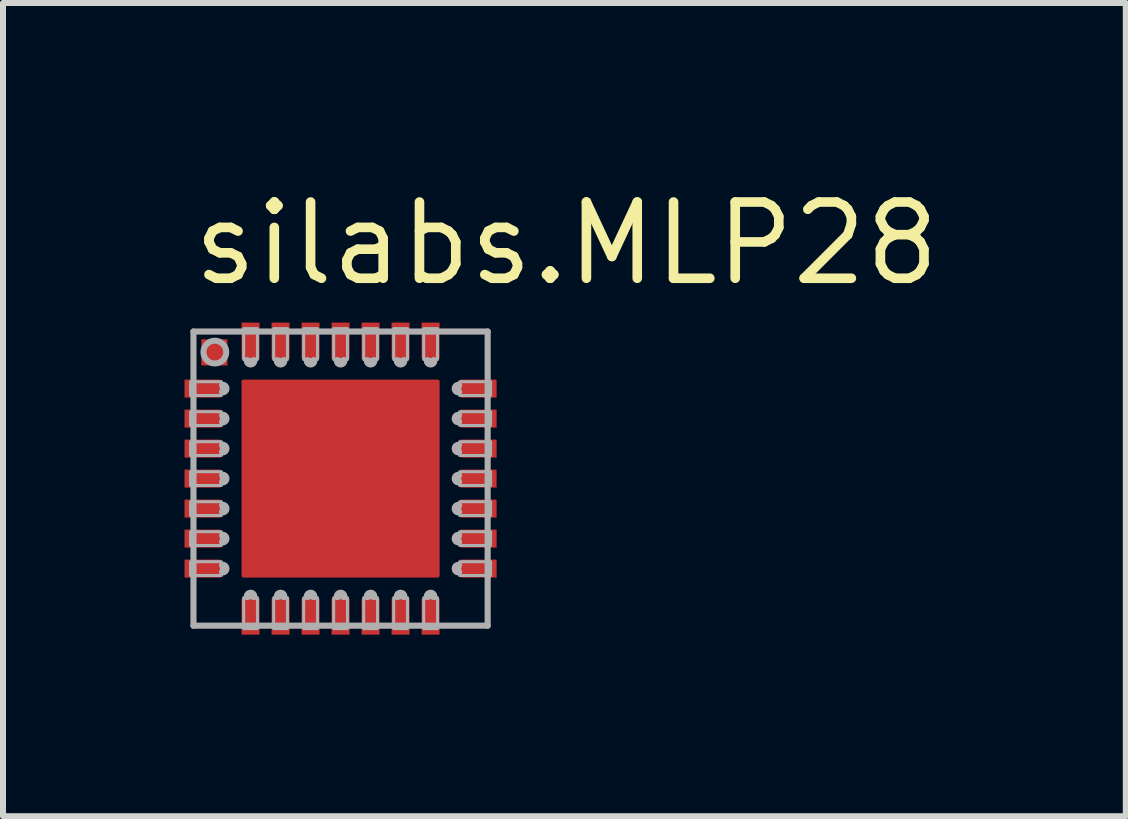
<source format=kicad_pcb>
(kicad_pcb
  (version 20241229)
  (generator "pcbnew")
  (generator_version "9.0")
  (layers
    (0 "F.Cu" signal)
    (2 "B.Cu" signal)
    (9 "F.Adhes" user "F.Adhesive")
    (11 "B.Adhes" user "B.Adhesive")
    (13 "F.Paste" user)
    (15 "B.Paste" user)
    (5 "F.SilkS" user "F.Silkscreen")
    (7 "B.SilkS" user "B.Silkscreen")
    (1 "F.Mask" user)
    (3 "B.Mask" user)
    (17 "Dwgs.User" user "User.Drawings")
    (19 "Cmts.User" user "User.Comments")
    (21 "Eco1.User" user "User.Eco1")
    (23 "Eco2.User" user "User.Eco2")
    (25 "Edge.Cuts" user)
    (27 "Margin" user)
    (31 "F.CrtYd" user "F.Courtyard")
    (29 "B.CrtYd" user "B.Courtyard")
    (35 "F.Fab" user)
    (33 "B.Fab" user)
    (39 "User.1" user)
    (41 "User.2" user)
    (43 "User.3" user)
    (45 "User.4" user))
  (footprint "silabs.MLP28"
    (layer "F.Cu")
    (at 2.625 4.925)
    (property "Reference" "silabs.MLP28" (at -2.54 -3.175 0) (layer "F.SilkS") (effects (font (size 1.27 1.27) (thickness 0.16)) (justify left bottom)))
    (attr smd)
    (fp_rect (start -2.6 -1.35) (end -2 -1.65) (stroke (width 0.05) (type default)) (fill yes) (layer "F.Mask"))
    (fp_rect (start -2.6 -0.85) (end -2 -1.15) (stroke (width 0.05) (type default)) (fill yes) (layer "F.Mask"))
    (fp_rect (start -2.6 -0.35) (end -2 -0.65) (stroke (width 0.05) (type default)) (fill yes) (layer "F.Mask"))
    (fp_rect (start -2.6 0.15) (end -2 -0.15) (stroke (width 0.05) (type default)) (fill yes) (layer "F.Mask"))
    (fp_rect (start -2.6 0.65) (end -2 0.35) (stroke (width 0.05) (type default)) (fill yes) (layer "F.Mask"))
    (fp_rect (start -2.6 1.15) (end -2 0.85) (stroke (width 0.05) (type default)) (fill yes) (layer "F.Mask"))
    (fp_rect (start -2.6 1.65) (end -2 1.35) (stroke (width 0.05) (type default)) (fill yes) (layer "F.Mask"))
    (fp_rect (start -2.353 -1.853) (end -1.853 -2.353) (stroke (width 0.05) (type default)) (fill yes) (layer "F.Mask"))
    (fp_rect (start -1.65 -2) (end -1.35 -2.6) (stroke (width 0.05) (type default)) (fill yes) (layer "F.Mask"))
    (fp_rect (start -1.65 2.6) (end -1.35 2) (stroke (width 0.05) (type default)) (fill yes) (layer "F.Mask"))
    (fp_rect (start -1.3 -1.1) (end -0.7 -1.4) (stroke (width 0.05) (type default)) (fill yes) (layer "F.Mask"))
    (fp_rect (start -1.3 -0.6) (end -0.7 -0.9) (stroke (width 0.05) (type default)) (fill yes) (layer "F.Mask"))
    (fp_rect (start -1.3 -0.1) (end -0.7 -0.4) (stroke (width 0.05) (type default)) (fill yes) (layer "F.Mask"))
    (fp_rect (start -1.3 0.4) (end -0.7 0.1) (stroke (width 0.05) (type default)) (fill yes) (layer "F.Mask"))
    (fp_rect (start -1.3 0.9) (end -0.7 0.6) (stroke (width 0.05) (type default)) (fill yes) (layer "F.Mask"))
    (fp_rect (start -1.3 1.4) (end -0.7 1.1) (stroke (width 0.05) (type default)) (fill yes) (layer "F.Mask"))
    (fp_rect (start -1.15 -2) (end -0.85 -2.6) (stroke (width 0.05) (type default)) (fill yes) (layer "F.Mask"))
    (fp_rect (start -1.15 2.6) (end -0.85 2) (stroke (width 0.05) (type default)) (fill yes) (layer "F.Mask"))
    (fp_rect (start -0.65 -2) (end -0.35 -2.6) (stroke (width 0.05) (type default)) (fill yes) (layer "F.Mask"))
    (fp_rect (start -0.65 2.6) (end -0.35 2) (stroke (width 0.05) (type default)) (fill yes) (layer "F.Mask"))
    (fp_rect (start -0.3 -1.1) (end 0.3 -1.4) (stroke (width 0.05) (type default)) (fill yes) (layer "F.Mask"))
    (fp_rect (start -0.3 -0.6) (end 0.3 -0.9) (stroke (width 0.05) (type default)) (fill yes) (layer "F.Mask"))
    (fp_rect (start -0.3 -0.1) (end 0.3 -0.4) (stroke (width 0.05) (type default)) (fill yes) (layer "F.Mask"))
    (fp_rect (start -0.3 0.4) (end 0.3 0.1) (stroke (width 0.05) (type default)) (fill yes) (layer "F.Mask"))
    (fp_rect (start -0.3 0.9) (end 0.3 0.6) (stroke (width 0.05) (type default)) (fill yes) (layer "F.Mask"))
    (fp_rect (start -0.3 1.4) (end 0.3 1.1) (stroke (width 0.05) (type default)) (fill yes) (layer "F.Mask"))
    (fp_rect (start -0.15 -2) (end 0.15 -2.6) (stroke (width 0.05) (type default)) (fill yes) (layer "F.Mask"))
    (fp_rect (start -0.15 2.6) (end 0.15 2) (stroke (width 0.05) (type default)) (fill yes) (layer "F.Mask"))
    (fp_rect (start 0.35 -2) (end 0.65 -2.6) (stroke (width 0.05) (type default)) (fill yes) (layer "F.Mask"))
    (fp_rect (start 0.35 2.6) (end 0.65 2) (stroke (width 0.05) (type default)) (fill yes) (layer "F.Mask"))
    (fp_rect (start 0.7 -1.1) (end 1.3 -1.4) (stroke (width 0.05) (type default)) (fill yes) (layer "F.Mask"))
    (fp_rect (start 0.7 -0.6) (end 1.3 -0.9) (stroke (width 0.05) (type default)) (fill yes) (layer "F.Mask"))
    (fp_rect (start 0.7 -0.1) (end 1.3 -0.4) (stroke (width 0.05) (type default)) (fill yes) (layer "F.Mask"))
    (fp_rect (start 0.7 0.4) (end 1.3 0.1) (stroke (width 0.05) (type default)) (fill yes) (layer "F.Mask"))
    (fp_rect (start 0.7 0.9) (end 1.3 0.6) (stroke (width 0.05) (type default)) (fill yes) (layer "F.Mask"))
    (fp_rect (start 0.7 1.4) (end 1.3 1.1) (stroke (width 0.05) (type default)) (fill yes) (layer "F.Mask"))
    (fp_rect (start 0.85 -2) (end 1.15 -2.6) (stroke (width 0.05) (type default)) (fill yes) (layer "F.Mask"))
    (fp_rect (start 0.85 2.6) (end 1.15 2) (stroke (width 0.05) (type default)) (fill yes) (layer "F.Mask"))
    (fp_rect (start 1.35 -2) (end 1.65 -2.6) (stroke (width 0.05) (type default)) (fill yes) (layer "F.Mask"))
    (fp_rect (start 1.35 2.6) (end 1.65 2) (stroke (width 0.05) (type default)) (fill yes) (layer "F.Mask"))
    (fp_rect (start 2 -1.35) (end 2.6 -1.65) (stroke (width 0.05) (type default)) (fill yes) (layer "F.Mask"))
    (fp_rect (start 2 -0.85) (end 2.6 -1.15) (stroke (width 0.05) (type default)) (fill yes) (layer "F.Mask"))
    (fp_rect (start 2 -0.35) (end 2.6 -0.65) (stroke (width 0.05) (type default)) (fill yes) (layer "F.Mask"))
    (fp_rect (start 2 0.15) (end 2.6 -0.15) (stroke (width 0.05) (type default)) (fill yes) (layer "F.Mask"))
    (fp_rect (start 2 0.65) (end 2.6 0.35) (stroke (width 0.05) (type default)) (fill yes) (layer "F.Mask"))
    (fp_rect (start 2 1.15) (end 2.6 0.85) (stroke (width 0.05) (type default)) (fill yes) (layer "F.Mask"))
    (fp_rect (start 2 1.65) (end 2.6 1.35) (stroke (width 0.05) (type default)) (fill yes) (layer "F.Mask"))
    (fp_rect (start -2.58 -1.37) (end -2.02 -1.63) (stroke (width 0.05) (type default)) (fill yes) (layer "F.Paste"))
    (fp_rect (start -2.58 -0.87) (end -2.02 -1.13) (stroke (width 0.05) (type default)) (fill yes) (layer "F.Paste"))
    (fp_rect (start -2.58 -0.37) (end -2.02 -0.63) (stroke (width 0.05) (type default)) (fill yes) (layer "F.Paste"))
    (fp_rect (start -2.58 0.13) (end -2.02 -0.13) (stroke (width 0.05) (type default)) (fill yes) (layer "F.Paste"))
    (fp_rect (start -2.58 0.63) (end -2.02 0.37) (stroke (width 0.05) (type default)) (fill yes) (layer "F.Paste"))
    (fp_rect (start -2.58 1.13) (end -2.02 0.87) (stroke (width 0.05) (type default)) (fill yes) (layer "F.Paste"))
    (fp_rect (start -2.58 1.63) (end -2.02 1.37) (stroke (width 0.05) (type default)) (fill yes) (layer "F.Paste"))
    (fp_rect (start -2.3 -1.9) (end -1.9 -2.3) (stroke (width 0.05) (type default)) (fill yes) (layer "F.Paste"))
    (fp_rect (start -1.63 -2.02) (end -1.37 -2.58) (stroke (width 0.05) (type default)) (fill yes) (layer "F.Paste"))
    (fp_rect (start -1.63 2.58) (end -1.37 2.02) (stroke (width 0.05) (type default)) (fill yes) (layer "F.Paste"))
    (fp_rect (start -1.28 -1.12) (end -0.72 -1.38) (stroke (width 0.05) (type default)) (fill yes) (layer "F.Paste"))
    (fp_rect (start -1.28 -0.62) (end -0.72 -0.88) (stroke (width 0.05) (type default)) (fill yes) (layer "F.Paste"))
    (fp_rect (start -1.28 -0.12) (end -0.72 -0.38) (stroke (width 0.05) (type default)) (fill yes) (layer "F.Paste"))
    (fp_rect (start -1.28 0.38) (end -0.72 0.12) (stroke (width 0.05) (type default)) (fill yes) (layer "F.Paste"))
    (fp_rect (start -1.28 0.88) (end -0.72 0.62) (stroke (width 0.05) (type default)) (fill yes) (layer "F.Paste"))
    (fp_rect (start -1.28 1.38) (end -0.72 1.12) (stroke (width 0.05) (type default)) (fill yes) (layer "F.Paste"))
    (fp_rect (start -1.13 -2.02) (end -0.87 -2.58) (stroke (width 0.05) (type default)) (fill yes) (layer "F.Paste"))
    (fp_rect (start -1.13 2.58) (end -0.87 2.02) (stroke (width 0.05) (type default)) (fill yes) (layer "F.Paste"))
    (fp_rect (start -0.63 -2.02) (end -0.37 -2.58) (stroke (width 0.05) (type default)) (fill yes) (layer "F.Paste"))
    (fp_rect (start -0.63 2.58) (end -0.37 2.02) (stroke (width 0.05) (type default)) (fill yes) (layer "F.Paste"))
    (fp_rect (start -0.28 -1.12) (end 0.28 -1.38) (stroke (width 0.05) (type default)) (fill yes) (layer "F.Paste"))
    (fp_rect (start -0.28 -0.62) (end 0.28 -0.88) (stroke (width 0.05) (type default)) (fill yes) (layer "F.Paste"))
    (fp_rect (start -0.28 -0.12) (end 0.28 -0.38) (stroke (width 0.05) (type default)) (fill yes) (layer "F.Paste"))
    (fp_rect (start -0.28 0.38) (end 0.28 0.12) (stroke (width 0.05) (type default)) (fill yes) (layer "F.Paste"))
    (fp_rect (start -0.28 0.88) (end 0.28 0.62) (stroke (width 0.05) (type default)) (fill yes) (layer "F.Paste"))
    (fp_rect (start -0.28 1.38) (end 0.28 1.12) (stroke (width 0.05) (type default)) (fill yes) (layer "F.Paste"))
    (fp_rect (start -0.13 -2.02) (end 0.13 -2.58) (stroke (width 0.05) (type default)) (fill yes) (layer "F.Paste"))
    (fp_rect (start -0.13 2.58) (end 0.13 2.02) (stroke (width 0.05) (type default)) (fill yes) (layer "F.Paste"))
    (fp_rect (start 0.37 -2.02) (end 0.63 -2.58) (stroke (width 0.05) (type default)) (fill yes) (layer "F.Paste"))
    (fp_rect (start 0.37 2.58) (end 0.63 2.02) (stroke (width 0.05) (type default)) (fill yes) (layer "F.Paste"))
    (fp_rect (start 0.72 -1.12) (end 1.28 -1.38) (stroke (width 0.05) (type default)) (fill yes) (layer "F.Paste"))
    (fp_rect (start 0.72 -0.62) (end 1.28 -0.88) (stroke (width 0.05) (type default)) (fill yes) (layer "F.Paste"))
    (fp_rect (start 0.72 -0.12) (end 1.28 -0.38) (stroke (width 0.05) (type default)) (fill yes) (layer "F.Paste"))
    (fp_rect (start 0.72 0.38) (end 1.28 0.12) (stroke (width 0.05) (type default)) (fill yes) (layer "F.Paste"))
    (fp_rect (start 0.72 0.88) (end 1.28 0.62) (stroke (width 0.05) (type default)) (fill yes) (layer "F.Paste"))
    (fp_rect (start 0.72 1.38) (end 1.28 1.12) (stroke (width 0.05) (type default)) (fill yes) (layer "F.Paste"))
    (fp_rect (start 0.87 -2.02) (end 1.13 -2.58) (stroke (width 0.05) (type default)) (fill yes) (layer "F.Paste"))
    (fp_rect (start 0.87 2.58) (end 1.13 2.02) (stroke (width 0.05) (type default)) (fill yes) (layer "F.Paste"))
    (fp_rect (start 1.37 -2.02) (end 1.63 -2.58) (stroke (width 0.05) (type default)) (fill yes) (layer "F.Paste"))
    (fp_rect (start 1.37 2.58) (end 1.63 2.02) (stroke (width 0.05) (type default)) (fill yes) (layer "F.Paste"))
    (fp_rect (start 2.02 -1.37) (end 2.58 -1.63) (stroke (width 0.05) (type default)) (fill yes) (layer "F.Paste"))
    (fp_rect (start 2.02 -0.87) (end 2.58 -1.13) (stroke (width 0.05) (type default)) (fill yes) (layer "F.Paste"))
    (fp_rect (start 2.02 -0.37) (end 2.58 -0.63) (stroke (width 0.05) (type default)) (fill yes) (layer "F.Paste"))
    (fp_rect (start 2.02 0.13) (end 2.58 -0.13) (stroke (width 0.05) (type default)) (fill yes) (layer "F.Paste"))
    (fp_rect (start 2.02 0.63) (end 2.58 0.37) (stroke (width 0.05) (type default)) (fill yes) (layer "F.Paste"))
    (fp_rect (start 2.02 1.13) (end 2.58 0.87) (stroke (width 0.05) (type default)) (fill yes) (layer "F.Paste"))
    (fp_rect (start 2.02 1.63) (end 2.58 1.37) (stroke (width 0.05) (type default)) (fill yes) (layer "F.Paste"))
    (fp_line (start -2.451 -2.451) (end 2.451 -2.451) (stroke (width 0.102) (type default)) (layer "F.Fab"))
    (fp_line (start -2.451 2.451) (end -2.451 -2.451) (stroke (width 0.102) (type default)) (layer "F.Fab"))
    (fp_line (start 2.451 -2.451) (end 2.451 2.451) (stroke (width 0.102) (type default)) (layer "F.Fab"))
    (fp_line (start 2.451 2.451) (end -2.451 2.451) (stroke (width 0.102) (type default)) (layer "F.Fab"))
    (fp_rect (start -2.5 -1.385) (end -1.985 -1.615) (stroke (width 0.05) (type default)) (fill no) (layer "F.Fab"))
    (fp_rect (start -2.5 -0.885) (end -1.985 -1.115) (stroke (width 0.05) (type default)) (fill no) (layer "F.Fab"))
    (fp_rect (start -2.5 -0.385) (end -1.985 -0.615) (stroke (width 0.05) (type default)) (fill no) (layer "F.Fab"))
    (fp_rect (start -2.5 0.115) (end -1.985 -0.115) (stroke (width 0.05) (type default)) (fill no) (layer "F.Fab"))
    (fp_rect (start -2.5 0.615) (end -1.985 0.385) (stroke (width 0.05) (type default)) (fill no) (layer "F.Fab"))
    (fp_rect (start -2.5 1.115) (end -1.985 0.885) (stroke (width 0.05) (type default)) (fill no) (layer "F.Fab"))
    (fp_rect (start -2.5 1.615) (end -1.985 1.385) (stroke (width 0.05) (type default)) (fill no) (layer "F.Fab"))
    (fp_rect (start -1.615 -1.985) (end -1.385 -2.5) (stroke (width 0.05) (type default)) (fill no) (layer "F.Fab"))
    (fp_rect (start -1.615 2.5) (end -1.385 1.985) (stroke (width 0.05) (type default)) (fill no) (layer "F.Fab"))
    (fp_rect (start -1.115 -1.985) (end -0.885 -2.5) (stroke (width 0.05) (type default)) (fill no) (layer "F.Fab"))
    (fp_rect (start -1.115 2.5) (end -0.885 1.985) (stroke (width 0.05) (type default)) (fill no) (layer "F.Fab"))
    (fp_rect (start -0.615 -1.985) (end -0.385 -2.5) (stroke (width 0.05) (type default)) (fill no) (layer "F.Fab"))
    (fp_rect (start -0.615 2.5) (end -0.385 1.985) (stroke (width 0.05) (type default)) (fill no) (layer "F.Fab"))
    (fp_rect (start -0.115 -1.985) (end 0.115 -2.5) (stroke (width 0.05) (type default)) (fill no) (layer "F.Fab"))
    (fp_rect (start -0.115 2.5) (end 0.115 1.985) (stroke (width 0.05) (type default)) (fill no) (layer "F.Fab"))
    (fp_rect (start 0.385 -1.985) (end 0.615 -2.5) (stroke (width 0.05) (type default)) (fill no) (layer "F.Fab"))
    (fp_rect (start 0.385 2.5) (end 0.615 1.985) (stroke (width 0.05) (type default)) (fill no) (layer "F.Fab"))
    (fp_rect (start 0.885 -1.985) (end 1.115 -2.5) (stroke (width 0.05) (type default)) (fill no) (layer "F.Fab"))
    (fp_rect (start 0.885 2.5) (end 1.115 1.985) (stroke (width 0.05) (type default)) (fill no) (layer "F.Fab"))
    (fp_rect (start 1.385 -1.985) (end 1.615 -2.5) (stroke (width 0.05) (type default)) (fill no) (layer "F.Fab"))
    (fp_rect (start 1.385 2.5) (end 1.615 1.985) (stroke (width 0.05) (type default)) (fill no) (layer "F.Fab"))
    (fp_rect (start 1.985 -1.385) (end 2.5 -1.615) (stroke (width 0.05) (type default)) (fill no) (layer "F.Fab"))
    (fp_rect (start 1.985 -0.885) (end 2.5 -1.115) (stroke (width 0.05) (type default)) (fill no) (layer "F.Fab"))
    (fp_rect (start 1.985 -0.385) (end 2.5 -0.615) (stroke (width 0.05) (type default)) (fill no) (layer "F.Fab"))
    (fp_rect (start 1.985 0.115) (end 2.5 -0.115) (stroke (width 0.05) (type default)) (fill no) (layer "F.Fab"))
    (fp_rect (start 1.985 0.615) (end 2.5 0.385) (stroke (width 0.05) (type default)) (fill no) (layer "F.Fab"))
    (fp_rect (start 1.985 1.115) (end 2.5 0.885) (stroke (width 0.05) (type default)) (fill no) (layer "F.Fab"))
    (fp_rect (start 1.985 1.615) (end 2.5 1.385) (stroke (width 0.05) (type default)) (fill no) (layer "F.Fab"))
    (fp_arc (start -1.965 -1.555) (mid -1.91 -1.5) (end -1.965 -1.445) (stroke (width 0.12) (type default)) (layer "F.Fab"))
    (fp_arc (start -1.965 -1.055) (mid -1.91 -1) (end -1.965 -0.945) (stroke (width 0.12) (type default)) (layer "F.Fab"))
    (fp_arc (start -1.965 -0.555) (mid -1.91 -0.5) (end -1.965 -0.445) (stroke (width 0.12) (type default)) (layer "F.Fab"))
    (fp_arc (start -1.965 -0.055) (mid -1.91 0) (end -1.965 0.055) (stroke (width 0.12) (type default)) (layer "F.Fab"))
    (fp_arc (start -1.965 0.445) (mid -1.91 0.5) (end -1.965 0.555) (stroke (width 0.12) (type default)) (layer "F.Fab"))
    (fp_arc (start -1.965 0.945) (mid -1.91 1) (end -1.965 1.055) (stroke (width 0.12) (type default)) (layer "F.Fab"))
    (fp_arc (start -1.965 1.445) (mid -1.91 1.5) (end -1.965 1.555) (stroke (width 0.12) (type default)) (layer "F.Fab"))
    (fp_arc (start -1.555 1.965) (mid -1.5 1.91) (end -1.445 1.965) (stroke (width 0.12) (type default)) (layer "F.Fab"))
    (fp_arc (start -1.445 -1.965) (mid -1.5 -1.91) (end -1.555 -1.965) (stroke (width 0.12) (type default)) (layer "F.Fab"))
    (fp_arc (start -1.055 1.965) (mid -1 1.91) (end -0.945 1.965) (stroke (width 0.12) (type default)) (layer "F.Fab"))
    (fp_arc (start -0.945 -1.965) (mid -1 -1.91) (end -1.055 -1.965) (stroke (width 0.12) (type default)) (layer "F.Fab"))
    (fp_arc (start -0.555 1.965) (mid -0.5 1.91) (end -0.445 1.965) (stroke (width 0.12) (type default)) (layer "F.Fab"))
    (fp_arc (start -0.445 -1.965) (mid -0.5 -1.91) (end -0.555 -1.965) (stroke (width 0.12) (type default)) (layer "F.Fab"))
    (fp_arc (start -0.055 1.965) (mid 0 1.91) (end 0.055 1.965) (stroke (width 0.12) (type default)) (layer "F.Fab"))
    (fp_arc (start 0.055 -1.965) (mid 0 -1.91) (end -0.055 -1.965) (stroke (width 0.12) (type default)) (layer "F.Fab"))
    (fp_arc (start 0.445 1.965) (mid 0.5 1.91) (end 0.555 1.965) (stroke (width 0.12) (type default)) (layer "F.Fab"))
    (fp_arc (start 0.555 -1.965) (mid 0.5 -1.91) (end 0.445 -1.965) (stroke (width 0.12) (type default)) (layer "F.Fab"))
    (fp_arc (start 0.945 1.965) (mid 1 1.91) (end 1.055 1.965) (stroke (width 0.12) (type default)) (layer "F.Fab"))
    (fp_arc (start 1.055 -1.965) (mid 1 -1.91) (end 0.945 -1.965) (stroke (width 0.12) (type default)) (layer "F.Fab"))
    (fp_arc (start 1.445 1.965) (mid 1.5 1.91) (end 1.555 1.965) (stroke (width 0.12) (type default)) (layer "F.Fab"))
    (fp_arc (start 1.555 -1.965) (mid 1.5 -1.91) (end 1.445 -1.965) (stroke (width 0.12) (type default)) (layer "F.Fab"))
    (fp_arc (start 1.965 -1.445) (mid 1.91 -1.5) (end 1.965 -1.555) (stroke (width 0.12) (type default)) (layer "F.Fab"))
    (fp_arc (start 1.965 -0.945) (mid 1.91 -1) (end 1.965 -1.055) (stroke (width 0.12) (type default)) (layer "F.Fab"))
    (fp_arc (start 1.965 -0.445) (mid 1.91 -0.5) (end 1.965 -0.555) (stroke (width 0.12) (type default)) (layer "F.Fab"))
    (fp_arc (start 1.965 0.055) (mid 1.91 0) (end 1.965 -0.055) (stroke (width 0.12) (type default)) (layer "F.Fab"))
    (fp_arc (start 1.965 0.555) (mid 1.91 0.5) (end 1.965 0.445) (stroke (width 0.12) (type default)) (layer "F.Fab"))
    (fp_arc (start 1.965 1.055) (mid 1.91 1) (end 1.965 0.945) (stroke (width 0.12) (type default)) (layer "F.Fab"))
    (fp_arc (start 1.965 1.555) (mid 1.91 1.5) (end 1.965 1.445) (stroke (width 0.12) (type default)) (layer "F.Fab"))
    (fp_circle (center -2.095 -2.108) (end -1.905 -2.108) (stroke (width 0.1) (type default)) (fill no) (layer "F.Fab"))
    (pad "1" smd roundrect (at -2.3 -1.5) (size 0.6 0.3) (layers "F.Cu" "F.Mask" "F.Paste") (roundrect_rratio 0.01))
    (pad "2" smd roundrect (at -2.3 -1) (size 0.6 0.3) (layers "F.Cu" "F.Mask" "F.Paste") (roundrect_rratio 0.01))
    (pad "3" smd roundrect (at -2.3 -0.5) (size 0.6 0.3) (layers "F.Cu" "F.Mask" "F.Paste") (roundrect_rratio 0.01))
    (pad "4" smd roundrect (at -2.3 0) (size 0.6 0.3) (layers "F.Cu" "F.Mask" "F.Paste") (roundrect_rratio 0.01))
    (pad "5" smd roundrect (at -2.3 0.5) (size 0.6 0.3) (layers "F.Cu" "F.Mask" "F.Paste") (roundrect_rratio 0.01))
    (pad "6" smd roundrect (at -2.3 1) (size 0.6 0.3) (layers "F.Cu" "F.Mask" "F.Paste") (roundrect_rratio 0.01))
    (pad "7" smd roundrect (at -2.3 1.5) (size 0.6 0.3) (layers "F.Cu" "F.Mask" "F.Paste") (roundrect_rratio 0.01))
    (pad "8" smd roundrect (at -1.5 2.3 90) (size 0.6 0.3) (layers "F.Cu" "F.Mask" "F.Paste") (roundrect_rratio 0.01))
    (pad "9" smd roundrect (at -1 2.3 90) (size 0.6 0.3) (layers "F.Cu" "F.Mask" "F.Paste") (roundrect_rratio 0.01))
    (pad "10" smd roundrect (at -0.5 2.3 90) (size 0.6 0.3) (layers "F.Cu" "F.Mask" "F.Paste") (roundrect_rratio 0.01))
    (pad "11" smd roundrect (at 0 2.3 90) (size 0.6 0.3) (layers "F.Cu" "F.Mask" "F.Paste") (roundrect_rratio 0.01))
    (pad "12" smd roundrect (at 0.5 2.3 90) (size 0.6 0.3) (layers "F.Cu" "F.Mask" "F.Paste") (roundrect_rratio 0.01))
    (pad "13" smd roundrect (at 1 2.3 90) (size 0.6 0.3) (layers "F.Cu" "F.Mask" "F.Paste") (roundrect_rratio 0.01))
    (pad "14" smd roundrect (at 1.5 2.3 90) (size 0.6 0.3) (layers "F.Cu" "F.Mask" "F.Paste") (roundrect_rratio 0.01))
    (pad "15" smd roundrect (at 2.3 1.5 180) (size 0.6 0.3) (layers "F.Cu" "F.Mask" "F.Paste") (roundrect_rratio 0.01))
    (pad "16" smd roundrect (at 2.3 1 180) (size 0.6 0.3) (layers "F.Cu" "F.Mask" "F.Paste") (roundrect_rratio 0.01))
    (pad "17" smd roundrect (at 2.3 0.5 180) (size 0.6 0.3) (layers "F.Cu" "F.Mask" "F.Paste") (roundrect_rratio 0.01))
    (pad "18" smd roundrect (at 2.3 0 180) (size 0.6 0.3) (layers "F.Cu" "F.Mask" "F.Paste") (roundrect_rratio 0.01))
    (pad "19" smd roundrect (at 2.3 -0.5 180) (size 0.6 0.3) (layers "F.Cu" "F.Mask" "F.Paste") (roundrect_rratio 0.01))
    (pad "20" smd roundrect (at 2.3 -1 180) (size 0.6 0.3) (layers "F.Cu" "F.Mask" "F.Paste") (roundrect_rratio 0.01))
    (pad "21" smd roundrect (at 2.3 -1.5 180) (size 0.6 0.3) (layers "F.Cu" "F.Mask" "F.Paste") (roundrect_rratio 0.01))
    (pad "22" smd roundrect (at 1.5 -2.3 270) (size 0.6 0.3) (layers "F.Cu" "F.Mask" "F.Paste") (roundrect_rratio 0.01))
    (pad "23" smd roundrect (at 1 -2.3 270) (size 0.6 0.3) (layers "F.Cu" "F.Mask" "F.Paste") (roundrect_rratio 0.01))
    (pad "24" smd roundrect (at 0.5 -2.3 270) (size 0.6 0.3) (layers "F.Cu" "F.Mask" "F.Paste") (roundrect_rratio 0.01))
    (pad "25" smd roundrect (at 0 -2.3 270) (size 0.6 0.3) (layers "F.Cu" "F.Mask" "F.Paste") (roundrect_rratio 0.01))
    (pad "26" smd roundrect (at -0.5 -2.3 270) (size 0.6 0.3) (layers "F.Cu" "F.Mask" "F.Paste") (roundrect_rratio 0.01))
    (pad "27" smd roundrect (at -1 -2.3 270) (size 0.6 0.3) (layers "F.Cu" "F.Mask" "F.Paste") (roundrect_rratio 0.01))
    (pad "28" smd roundrect (at -1.5 -2.3 270) (size 0.6 0.3) (layers "F.Cu" "F.Mask" "F.Paste") (roundrect_rratio 0.01))
    (pad "EXP" smd roundrect (at 0 0) (size 3.3 3.3) (layers "F.Cu" "F.Mask" "F.Paste") (roundrect_rratio 0.01))
    (pad "M" smd roundrect (at -2.103 -2.103) (size 0.435 0.435) (layers "F.Cu" "F.Mask" "F.Paste") (roundrect_rratio 0.01)))
  (gr_rect
    (start -3 -3)
    (end 15.709 10.55)
    (stroke (width 0.1) (type default))
    (fill no)
    (layer "Edge.Cuts")))
</source>
